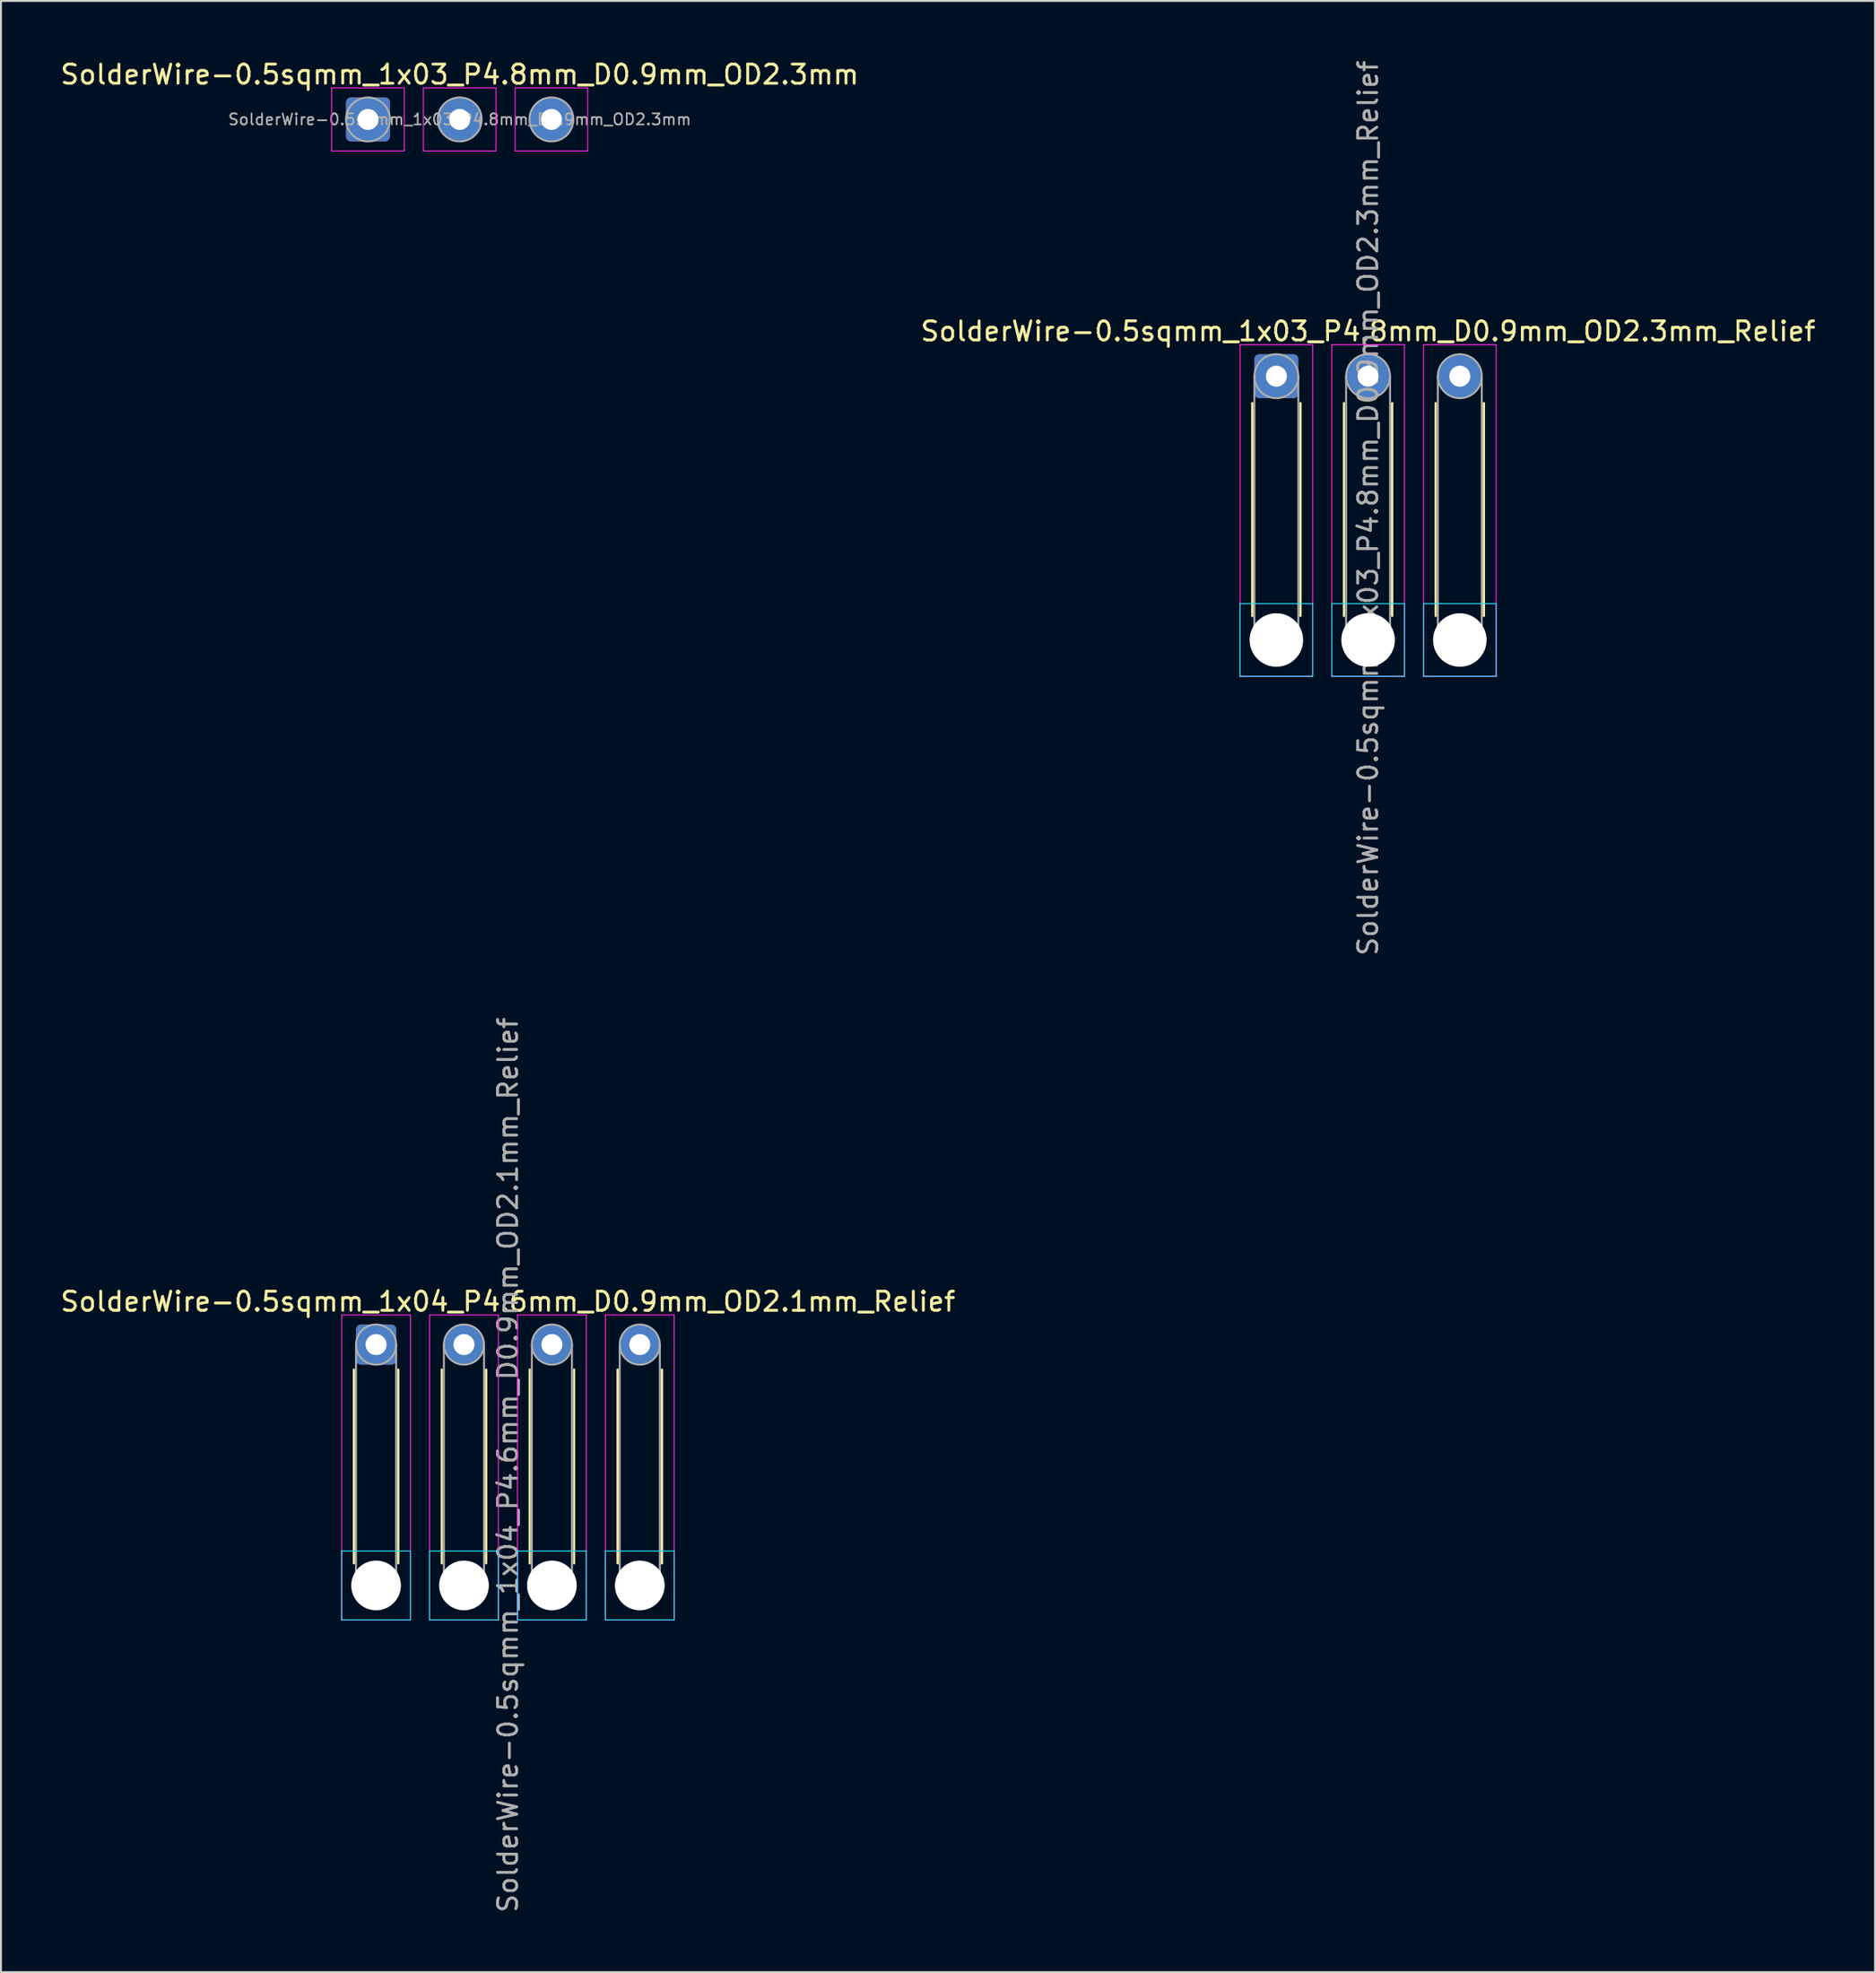
<source format=kicad_pcb>
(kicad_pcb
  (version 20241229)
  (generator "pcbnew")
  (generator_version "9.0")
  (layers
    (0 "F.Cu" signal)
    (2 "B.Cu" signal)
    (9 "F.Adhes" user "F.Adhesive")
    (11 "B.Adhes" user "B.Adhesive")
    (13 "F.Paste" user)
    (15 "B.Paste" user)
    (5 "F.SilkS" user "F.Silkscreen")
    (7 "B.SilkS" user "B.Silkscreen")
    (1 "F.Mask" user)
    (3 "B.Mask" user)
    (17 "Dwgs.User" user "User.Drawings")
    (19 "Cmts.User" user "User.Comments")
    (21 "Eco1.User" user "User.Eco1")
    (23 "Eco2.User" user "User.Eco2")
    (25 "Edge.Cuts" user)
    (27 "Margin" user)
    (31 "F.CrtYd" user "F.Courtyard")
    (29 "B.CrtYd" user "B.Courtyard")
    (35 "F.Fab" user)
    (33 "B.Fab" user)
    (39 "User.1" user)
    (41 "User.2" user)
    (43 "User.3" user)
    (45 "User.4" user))
  (footprint "SolderWire-0.5sqmm_1x04_P4.6mm_D0.9mm_OD2.1mm_Relief"
    (layer "F.Cu")
    (at 16.63 67.289)
    (property "Reference" "SolderWire-0.5sqmm_1x04_P4.6mm_D0.9mm_OD2.1mm_Relief" (at 6.9 -2.25 0) (layer "F.SilkS") (effects (font (size 1 1) (thickness 0.15))))
    (attr exclude_from_pos_files exclude_from_bom)
    (fp_line (start -1.16 1.31) (end -1.16 11.44) (stroke (width 0.12) (type solid)) (layer "F.SilkS"))
    (fp_line (start 1.16 1.31) (end 1.16 11.44) (stroke (width 0.12) (type solid)) (layer "F.SilkS"))
    (fp_line (start 3.44 1.31) (end 3.44 11.44) (stroke (width 0.12) (type solid)) (layer "F.SilkS"))
    (fp_line (start 5.76 1.31) (end 5.76 11.44) (stroke (width 0.12) (type solid)) (layer "F.SilkS"))
    (fp_line (start 8.04 1.31) (end 8.04 11.44) (stroke (width 0.12) (type solid)) (layer "F.SilkS"))
    (fp_line (start 10.36 1.31) (end 10.36 11.44) (stroke (width 0.12) (type solid)) (layer "F.SilkS"))
    (fp_line (start 12.64 1.31) (end 12.64 11.44) (stroke (width 0.12) (type solid)) (layer "F.SilkS"))
    (fp_line (start 14.96 1.31) (end 14.96 11.44) (stroke (width 0.12) (type solid)) (layer "F.SilkS"))
    (fp_line (start -1.8 10.8) (end -1.8 14.4) (stroke (width 0.05) (type solid)) (layer "B.CrtYd"))
    (fp_line (start -1.8 14.4) (end 1.8 14.4) (stroke (width 0.05) (type solid)) (layer "B.CrtYd"))
    (fp_line (start 1.8 10.8) (end -1.8 10.8) (stroke (width 0.05) (type solid)) (layer "B.CrtYd"))
    (fp_line (start 1.8 14.4) (end 1.8 10.8) (stroke (width 0.05) (type solid)) (layer "B.CrtYd"))
    (fp_line (start 2.8 10.8) (end 2.8 14.4) (stroke (width 0.05) (type solid)) (layer "B.CrtYd"))
    (fp_line (start 2.8 14.4) (end 6.4 14.4) (stroke (width 0.05) (type solid)) (layer "B.CrtYd"))
    (fp_line (start 6.4 10.8) (end 2.8 10.8) (stroke (width 0.05) (type solid)) (layer "B.CrtYd"))
    (fp_line (start 6.4 14.4) (end 6.4 10.8) (stroke (width 0.05) (type solid)) (layer "B.CrtYd"))
    (fp_line (start 7.4 10.8) (end 7.4 14.4) (stroke (width 0.05) (type solid)) (layer "B.CrtYd"))
    (fp_line (start 7.4 14.4) (end 11 14.4) (stroke (width 0.05) (type solid)) (layer "B.CrtYd"))
    (fp_line (start 11 10.8) (end 7.4 10.8) (stroke (width 0.05) (type solid)) (layer "B.CrtYd"))
    (fp_line (start 11 14.4) (end 11 10.8) (stroke (width 0.05) (type solid)) (layer "B.CrtYd"))
    (fp_line (start 12 10.8) (end 12 14.4) (stroke (width 0.05) (type solid)) (layer "B.CrtYd"))
    (fp_line (start 12 14.4) (end 15.6 14.4) (stroke (width 0.05) (type solid)) (layer "B.CrtYd"))
    (fp_line (start 15.6 10.8) (end 12 10.8) (stroke (width 0.05) (type solid)) (layer "B.CrtYd"))
    (fp_line (start 15.6 14.4) (end 15.6 10.8) (stroke (width 0.05) (type solid)) (layer "B.CrtYd"))
    (fp_line (start -1.8 -1.55) (end -1.8 14.4) (stroke (width 0.05) (type solid)) (layer "F.CrtYd"))
    (fp_line (start -1.8 14.4) (end 1.8 14.4) (stroke (width 0.05) (type solid)) (layer "F.CrtYd"))
    (fp_line (start 1.8 -1.55) (end -1.8 -1.55) (stroke (width 0.05) (type solid)) (layer "F.CrtYd"))
    (fp_line (start 1.8 14.4) (end 1.8 -1.55) (stroke (width 0.05) (type solid)) (layer "F.CrtYd"))
    (fp_line (start 2.8 -1.55) (end 2.8 14.4) (stroke (width 0.05) (type solid)) (layer "F.CrtYd"))
    (fp_line (start 2.8 14.4) (end 6.4 14.4) (stroke (width 0.05) (type solid)) (layer "F.CrtYd"))
    (fp_line (start 6.4 -1.55) (end 2.8 -1.55) (stroke (width 0.05) (type solid)) (layer "F.CrtYd"))
    (fp_line (start 6.4 14.4) (end 6.4 -1.55) (stroke (width 0.05) (type solid)) (layer "F.CrtYd"))
    (fp_line (start 7.4 -1.55) (end 7.4 14.4) (stroke (width 0.05) (type solid)) (layer "F.CrtYd"))
    (fp_line (start 7.4 14.4) (end 11 14.4) (stroke (width 0.05) (type solid)) (layer "F.CrtYd"))
    (fp_line (start 11 -1.55) (end 7.4 -1.55) (stroke (width 0.05) (type solid)) (layer "F.CrtYd"))
    (fp_line (start 11 14.4) (end 11 -1.55) (stroke (width 0.05) (type solid)) (layer "F.CrtYd"))
    (fp_line (start 12 -1.55) (end 12 14.4) (stroke (width 0.05) (type solid)) (layer "F.CrtYd"))
    (fp_line (start 12 14.4) (end 15.6 14.4) (stroke (width 0.05) (type solid)) (layer "F.CrtYd"))
    (fp_line (start 15.6 -1.55) (end 12 -1.55) (stroke (width 0.05) (type solid)) (layer "F.CrtYd"))
    (fp_line (start 15.6 14.4) (end 15.6 -1.55) (stroke (width 0.05) (type solid)) (layer "F.CrtYd"))
    (fp_line (start -1.05 0) (end -1.05 12.6) (stroke (width 0.1) (type solid)) (layer "F.Fab"))
    (fp_line (start 1.05 0) (end 1.05 12.6) (stroke (width 0.1) (type solid)) (layer "F.Fab"))
    (fp_line (start 3.55 0) (end 3.55 12.6) (stroke (width 0.1) (type solid)) (layer "F.Fab"))
    (fp_line (start 5.65 0) (end 5.65 12.6) (stroke (width 0.1) (type solid)) (layer "F.Fab"))
    (fp_line (start 8.15 0) (end 8.15 12.6) (stroke (width 0.1) (type solid)) (layer "F.Fab"))
    (fp_line (start 10.25 0) (end 10.25 12.6) (stroke (width 0.1) (type solid)) (layer "F.Fab"))
    (fp_line (start 12.75 0) (end 12.75 12.6) (stroke (width 0.1) (type solid)) (layer "F.Fab"))
    (fp_line (start 14.85 0) (end 14.85 12.6) (stroke (width 0.1) (type solid)) (layer "F.Fab"))
    (fp_circle (center 0 0) (end 1.05 0) (stroke (width 0.1) (type solid)) (fill no) (layer "F.Fab"))
    (fp_circle (center 0 12.6) (end 1.05 12.6) (stroke (width 0.1) (type solid)) (fill no) (layer "F.Fab"))
    (fp_circle (center 4.6 0) (end 5.65 0) (stroke (width 0.1) (type solid)) (fill no) (layer "F.Fab"))
    (fp_circle (center 4.6 12.6) (end 5.65 12.6) (stroke (width 0.1) (type solid)) (fill no) (layer "F.Fab"))
    (fp_circle (center 9.2 0) (end 10.25 0) (stroke (width 0.1) (type solid)) (fill no) (layer "F.Fab"))
    (fp_circle (center 9.2 12.6) (end 10.25 12.6) (stroke (width 0.1) (type solid)) (fill no) (layer "F.Fab"))
    (fp_circle (center 13.8 0) (end 14.85 0) (stroke (width 0.1) (type solid)) (fill no) (layer "F.Fab"))
    (fp_circle (center 13.8 12.6) (end 14.85 12.6) (stroke (width 0.1) (type solid)) (fill no) (layer "F.Fab"))
    (fp_text user "${REFERENCE}" (at 6.9 6.3 90) (layer "F.Fab") (effects (font (size 1 1) (thickness 0.15))))
    (pad "" np_thru_hole circle (at 0 12.6) (size 2.6 2.6) (drill 2.6) (layers "*.Cu" "*.Mask"))
    (pad "" np_thru_hole circle (at 4.6 12.6) (size 2.6 2.6) (drill 2.6) (layers "*.Cu" "*.Mask"))
    (pad "" np_thru_hole circle (at 9.2 12.6) (size 2.6 2.6) (drill 2.6) (layers "*.Cu" "*.Mask"))
    (pad "" np_thru_hole circle (at 13.8 12.6) (size 2.6 2.6) (drill 2.6) (layers "*.Cu" "*.Mask"))
    (pad "1" thru_hole roundrect (at 0 0) (size 2.1 2.1) (drill 1.1) (layers "*.Cu" "*.Mask") (roundrect_rratio 0.119))
    (pad "2" thru_hole circle (at 4.6 0) (size 2.1 2.1) (drill 1.1) (layers "*.Cu" "*.Mask"))
    (pad "3" thru_hole circle (at 9.2 0) (size 2.1 2.1) (drill 1.1) (layers "*.Cu" "*.Mask"))
    (pad "4" thru_hole circle (at 13.8 0) (size 2.1 2.1) (drill 1.1) (layers "*.Cu" "*.Mask")))
  (footprint "SolderWire-0.5sqmm_1x03_P4.8mm_D0.9mm_OD2.3mm"
    (layer "F.Cu")
    (at 16.206 3.198)
    (property "Reference" "SolderWire-0.5sqmm_1x03_P4.8mm_D0.9mm_OD2.3mm" (at 4.8 -2.35 0) (layer "F.SilkS") (effects (font (size 1 1) (thickness 0.15))))
    (attr exclude_from_pos_files exclude_from_bom)
    (fp_line (start -1.9 -1.65) (end -1.9 1.65) (stroke (width 0.05) (type solid)) (layer "F.CrtYd"))
    (fp_line (start -1.9 1.65) (end 1.9 1.65) (stroke (width 0.05) (type solid)) (layer "F.CrtYd"))
    (fp_line (start 1.9 -1.65) (end -1.9 -1.65) (stroke (width 0.05) (type solid)) (layer "F.CrtYd"))
    (fp_line (start 1.9 1.65) (end 1.9 -1.65) (stroke (width 0.05) (type solid)) (layer "F.CrtYd"))
    (fp_line (start 2.9 -1.65) (end 2.9 1.65) (stroke (width 0.05) (type solid)) (layer "F.CrtYd"))
    (fp_line (start 2.9 1.65) (end 6.7 1.65) (stroke (width 0.05) (type solid)) (layer "F.CrtYd"))
    (fp_line (start 6.7 -1.65) (end 2.9 -1.65) (stroke (width 0.05) (type solid)) (layer "F.CrtYd"))
    (fp_line (start 6.7 1.65) (end 6.7 -1.65) (stroke (width 0.05) (type solid)) (layer "F.CrtYd"))
    (fp_line (start 7.7 -1.65) (end 7.7 1.65) (stroke (width 0.05) (type solid)) (layer "F.CrtYd"))
    (fp_line (start 7.7 1.65) (end 11.5 1.65) (stroke (width 0.05) (type solid)) (layer "F.CrtYd"))
    (fp_line (start 11.5 -1.65) (end 7.7 -1.65) (stroke (width 0.05) (type solid)) (layer "F.CrtYd"))
    (fp_line (start 11.5 1.65) (end 11.5 -1.65) (stroke (width 0.05) (type solid)) (layer "F.CrtYd"))
    (fp_circle (center 0 0) (end 1.15 0) (stroke (width 0.1) (type solid)) (fill no) (layer "F.Fab"))
    (fp_circle (center 4.8 0) (end 5.95 0) (stroke (width 0.1) (type solid)) (fill no) (layer "F.Fab"))
    (fp_circle (center 9.6 0) (end 10.75 0) (stroke (width 0.1) (type solid)) (fill no) (layer "F.Fab"))
    (fp_text user "${REFERENCE}" (at 4.8 0 0) (layer "F.Fab") (effects (font (size 0.58 0.58) (thickness 0.09))))
    (pad "1" thru_hole roundrect (at 0 0) (size 2.3 2.3) (drill 1.1) (layers "*.Cu" "*.Mask") (roundrect_rratio 0.109))
    (pad "2" thru_hole circle (at 4.8 0) (size 2.3 2.3) (drill 1.1) (layers "*.Cu" "*.Mask"))
    (pad "3" thru_hole circle (at 9.6 0) (size 2.3 2.3) (drill 1.1) (layers "*.Cu" "*.Mask")))
  (footprint "SolderWire-0.5sqmm_1x03_P4.8mm_D0.9mm_OD2.3mm_Relief"
    (layer "F.Cu")
    (at 63.742 16.63)
    (property "Reference" "SolderWire-0.5sqmm_1x03_P4.8mm_D0.9mm_OD2.3mm_Relief" (at 4.8 -2.35 0) (layer "F.SilkS") (effects (font (size 1 1) (thickness 0.15))))
    (attr exclude_from_pos_files exclude_from_bom)
    (fp_line (start -1.26 1.41) (end -1.26 12.54) (stroke (width 0.12) (type solid)) (layer "F.SilkS"))
    (fp_line (start 1.26 1.41) (end 1.26 12.54) (stroke (width 0.12) (type solid)) (layer "F.SilkS"))
    (fp_line (start 3.54 1.41) (end 3.54 12.54) (stroke (width 0.12) (type solid)) (layer "F.SilkS"))
    (fp_line (start 6.06 1.41) (end 6.06 12.54) (stroke (width 0.12) (type solid)) (layer "F.SilkS"))
    (fp_line (start 8.34 1.41) (end 8.34 12.54) (stroke (width 0.12) (type solid)) (layer "F.SilkS"))
    (fp_line (start 10.86 1.41) (end 10.86 12.54) (stroke (width 0.12) (type solid)) (layer "F.SilkS"))
    (fp_line (start -1.9 11.9) (end -1.9 15.7) (stroke (width 0.05) (type solid)) (layer "B.CrtYd"))
    (fp_line (start -1.9 15.7) (end 1.9 15.7) (stroke (width 0.05) (type solid)) (layer "B.CrtYd"))
    (fp_line (start 1.9 11.9) (end -1.9 11.9) (stroke (width 0.05) (type solid)) (layer "B.CrtYd"))
    (fp_line (start 1.9 15.7) (end 1.9 11.9) (stroke (width 0.05) (type solid)) (layer "B.CrtYd"))
    (fp_line (start 2.9 11.9) (end 2.9 15.7) (stroke (width 0.05) (type solid)) (layer "B.CrtYd"))
    (fp_line (start 2.9 15.7) (end 6.7 15.7) (stroke (width 0.05) (type solid)) (layer "B.CrtYd"))
    (fp_line (start 6.7 11.9) (end 2.9 11.9) (stroke (width 0.05) (type solid)) (layer "B.CrtYd"))
    (fp_line (start 6.7 15.7) (end 6.7 11.9) (stroke (width 0.05) (type solid)) (layer "B.CrtYd"))
    (fp_line (start 7.7 11.9) (end 7.7 15.7) (stroke (width 0.05) (type solid)) (layer "B.CrtYd"))
    (fp_line (start 7.7 15.7) (end 11.5 15.7) (stroke (width 0.05) (type solid)) (layer "B.CrtYd"))
    (fp_line (start 11.5 11.9) (end 7.7 11.9) (stroke (width 0.05) (type solid)) (layer "B.CrtYd"))
    (fp_line (start 11.5 15.7) (end 11.5 11.9) (stroke (width 0.05) (type solid)) (layer "B.CrtYd"))
    (fp_line (start -1.9 -1.65) (end -1.9 15.7) (stroke (width 0.05) (type solid)) (layer "F.CrtYd"))
    (fp_line (start -1.9 15.7) (end 1.9 15.7) (stroke (width 0.05) (type solid)) (layer "F.CrtYd"))
    (fp_line (start 1.9 -1.65) (end -1.9 -1.65) (stroke (width 0.05) (type solid)) (layer "F.CrtYd"))
    (fp_line (start 1.9 15.7) (end 1.9 -1.65) (stroke (width 0.05) (type solid)) (layer "F.CrtYd"))
    (fp_line (start 2.9 -1.65) (end 2.9 15.7) (stroke (width 0.05) (type solid)) (layer "F.CrtYd"))
    (fp_line (start 2.9 15.7) (end 6.7 15.7) (stroke (width 0.05) (type solid)) (layer "F.CrtYd"))
    (fp_line (start 6.7 -1.65) (end 2.9 -1.65) (stroke (width 0.05) (type solid)) (layer "F.CrtYd"))
    (fp_line (start 6.7 15.7) (end 6.7 -1.65) (stroke (width 0.05) (type solid)) (layer "F.CrtYd"))
    (fp_line (start 7.7 -1.65) (end 7.7 15.7) (stroke (width 0.05) (type solid)) (layer "F.CrtYd"))
    (fp_line (start 7.7 15.7) (end 11.5 15.7) (stroke (width 0.05) (type solid)) (layer "F.CrtYd"))
    (fp_line (start 11.5 -1.65) (end 7.7 -1.65) (stroke (width 0.05) (type solid)) (layer "F.CrtYd"))
    (fp_line (start 11.5 15.7) (end 11.5 -1.65) (stroke (width 0.05) (type solid)) (layer "F.CrtYd"))
    (fp_line (start -1.15 0) (end -1.15 13.8) (stroke (width 0.1) (type solid)) (layer "F.Fab"))
    (fp_line (start 1.15 0) (end 1.15 13.8) (stroke (width 0.1) (type solid)) (layer "F.Fab"))
    (fp_line (start 3.65 0) (end 3.65 13.8) (stroke (width 0.1) (type solid)) (layer "F.Fab"))
    (fp_line (start 5.95 0) (end 5.95 13.8) (stroke (width 0.1) (type solid)) (layer "F.Fab"))
    (fp_line (start 8.45 0) (end 8.45 13.8) (stroke (width 0.1) (type solid)) (layer "F.Fab"))
    (fp_line (start 10.75 0) (end 10.75 13.8) (stroke (width 0.1) (type solid)) (layer "F.Fab"))
    (fp_circle (center 0 0) (end 1.15 0) (stroke (width 0.1) (type solid)) (fill no) (layer "F.Fab"))
    (fp_circle (center 0 13.8) (end 1.15 13.8) (stroke (width 0.1) (type solid)) (fill no) (layer "F.Fab"))
    (fp_circle (center 4.8 0) (end 5.95 0) (stroke (width 0.1) (type solid)) (fill no) (layer "F.Fab"))
    (fp_circle (center 4.8 13.8) (end 5.95 13.8) (stroke (width 0.1) (type solid)) (fill no) (layer "F.Fab"))
    (fp_circle (center 9.6 0) (end 10.75 0) (stroke (width 0.1) (type solid)) (fill no) (layer "F.Fab"))
    (fp_circle (center 9.6 13.8) (end 10.75 13.8) (stroke (width 0.1) (type solid)) (fill no) (layer "F.Fab"))
    (fp_text user "${REFERENCE}" (at 4.8 6.9 90) (layer "F.Fab") (effects (font (size 1 1) (thickness 0.15))))
    (pad "" np_thru_hole circle (at 0 13.8) (size 2.8 2.8) (drill 2.8) (layers "*.Cu" "*.Mask"))
    (pad "" np_thru_hole circle (at 4.8 13.8) (size 2.8 2.8) (drill 2.8) (layers "*.Cu" "*.Mask"))
    (pad "" np_thru_hole circle (at 9.6 13.8) (size 2.8 2.8) (drill 2.8) (layers "*.Cu" "*.Mask"))
    (pad "1" thru_hole roundrect (at 0 0) (size 2.3 2.3) (drill 1.1) (layers "*.Cu" "*.Mask") (roundrect_rratio 0.109))
    (pad "2" thru_hole circle (at 4.8 0) (size 2.3 2.3) (drill 1.1) (layers "*.Cu" "*.Mask"))
    (pad "3" thru_hole circle (at 9.6 0) (size 2.3 2.3) (drill 1.1) (layers "*.Cu" "*.Mask")))
  (gr_rect
    (start -3 -3)
    (end 95.071 100.119)
    (stroke (width 0.1) (type default))
    (fill no)
    (layer "Edge.Cuts")))
</source>
